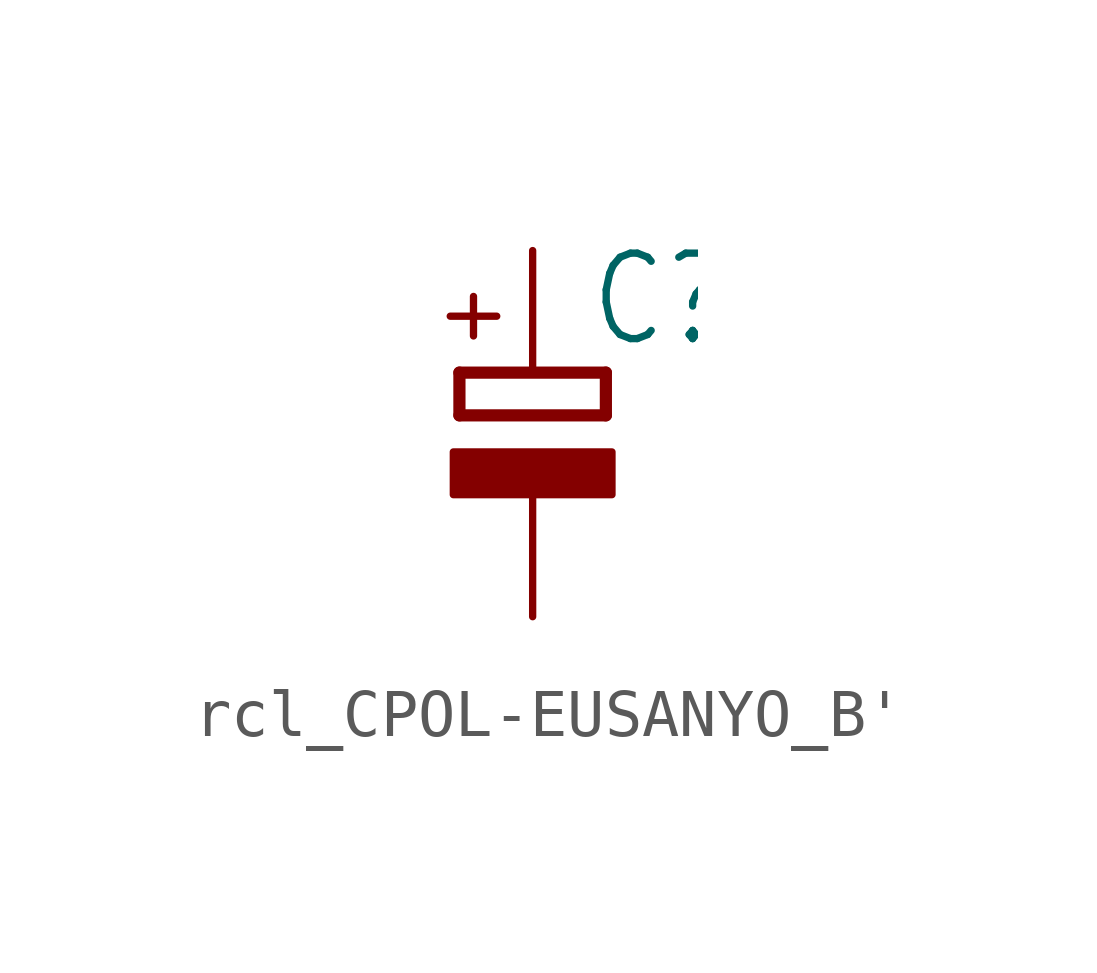
<source format=kicad_sym>
(kicad_symbol_lib
  (version 20241209)
  (generator "kicad_symbol_editor")
  (generator_version "9.0")
  (symbol "rcl_CPOL-EUSANYO_B'"
    (property "Reference" "C"
      (at 1.143 0.483 0)
      (effects (font (size 1.778 1.511)) (justify left bottom)))
    (property "Value" ""
      (at 1.143 -4.597 0)
      (effects (font (size 1.778 1.511)) (justify left bottom)))
    (property "ki_locked" ""
      (at 0 0 0)
      (effects (font (size 1.27 1.27))))
    (symbol "rcl_CPOL-EUSANYO_B'_1_0"
      (rectangle (start -1.651 -2.54) (end 1.651 -1.651) (stroke (width 0) (type default)) (fill (type outline)))
      (polyline (pts (xy -1.524 0) (xy -1.524 -0.889)) (stroke (width 0.254) (type solid)) (fill (type none)))
      (polyline (pts (xy -1.524 0) (xy 1.524 0)) (stroke (width 0.254) (type solid)) (fill (type none)))
      (polyline (pts (xy -1.524 -0.889) (xy 1.524 -0.889)) (stroke (width 0.254) (type solid)) (fill (type none)))
      (polyline (pts (xy 1.524 -0.889) (xy 1.524 0)) (stroke (width 0.254) (type solid)) (fill (type none)))
      (text "+" (at -0.584 0.406 900) (effects (font (size 1.27 1.079)) (justify left bottom)))
      (pin passive line (at 0 2.54 270) (length 2.54) (name "+" (effects (font (size 0 0)))) (number "+" (effects (font (size 0 0)))))
      (pin passive line (at 0 -5.08 90) (length 2.54) (name "-" (effects (font (size 0 0)))) (number "-" (effects (font (size 0 0))))))))
</source>
